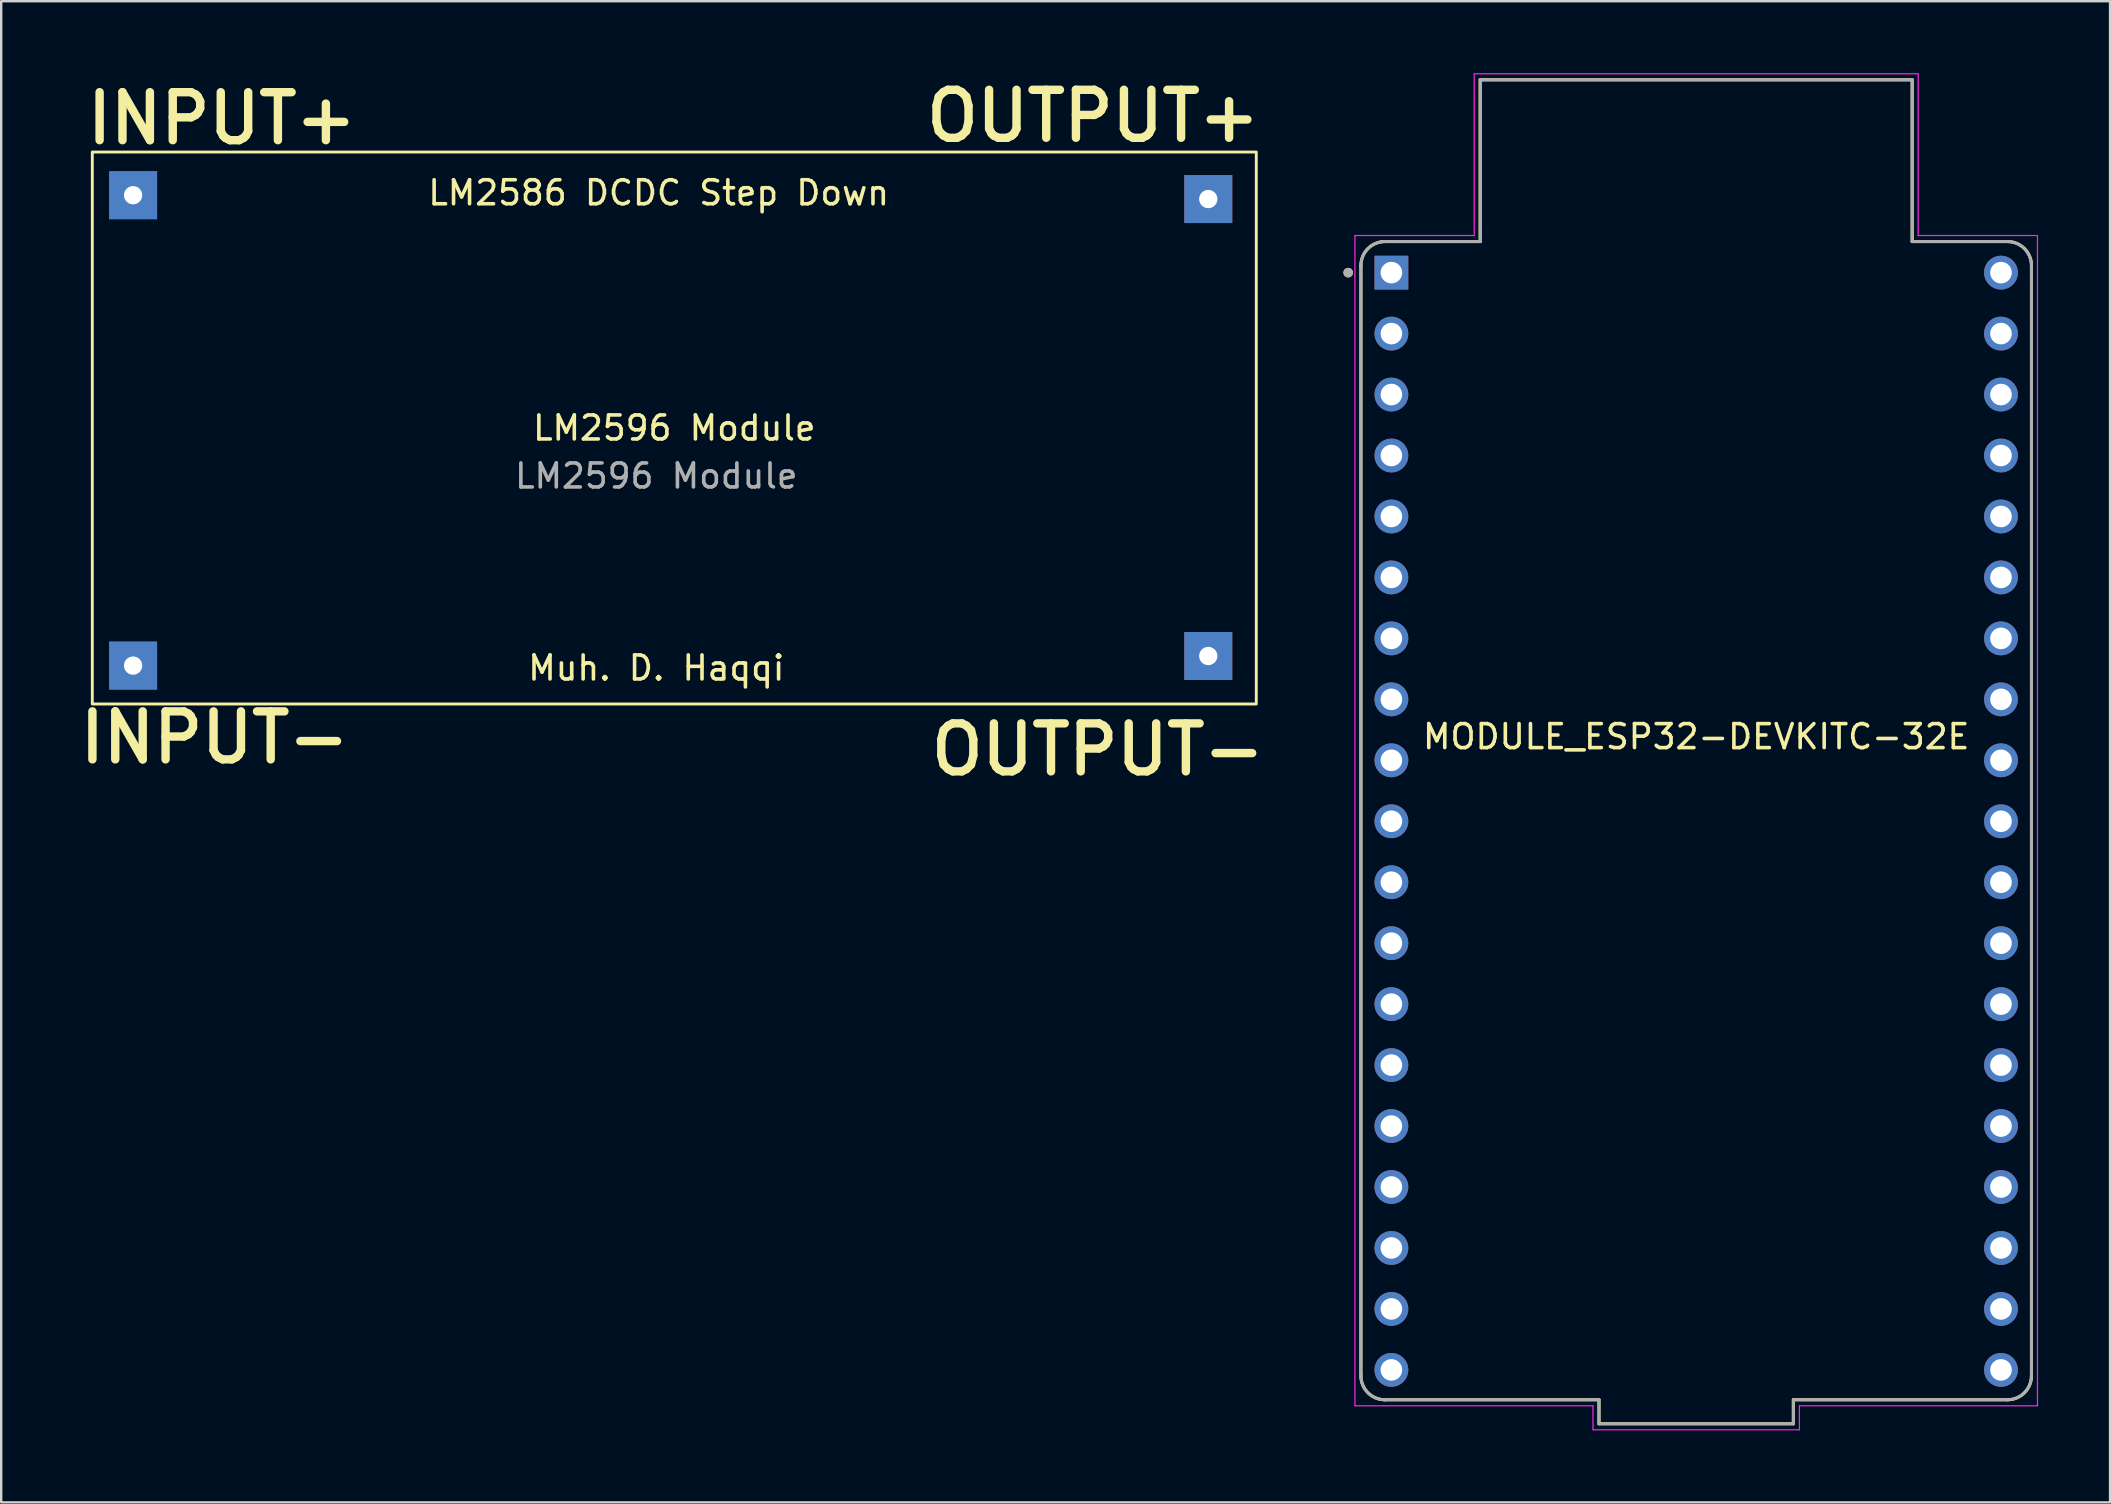
<source format=kicad_pcb>
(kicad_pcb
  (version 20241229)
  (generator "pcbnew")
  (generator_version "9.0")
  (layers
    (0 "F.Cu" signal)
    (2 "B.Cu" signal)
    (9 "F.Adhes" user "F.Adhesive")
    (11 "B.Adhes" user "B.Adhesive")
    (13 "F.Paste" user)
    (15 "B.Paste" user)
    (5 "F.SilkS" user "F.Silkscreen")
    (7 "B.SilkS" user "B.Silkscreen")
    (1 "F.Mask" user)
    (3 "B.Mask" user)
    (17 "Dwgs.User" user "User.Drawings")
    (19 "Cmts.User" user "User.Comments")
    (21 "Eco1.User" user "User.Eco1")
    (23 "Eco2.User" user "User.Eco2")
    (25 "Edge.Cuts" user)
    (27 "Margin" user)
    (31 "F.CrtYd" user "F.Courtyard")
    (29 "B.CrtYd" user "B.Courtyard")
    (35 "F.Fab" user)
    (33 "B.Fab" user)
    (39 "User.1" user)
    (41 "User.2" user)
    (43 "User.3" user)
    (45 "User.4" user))
  (footprint "MODULE_ESP32-DEVKITC-32E"
    (layer "F.Cu")
    (at 67.626 31.145)
    (property "Reference" "MODULE_ESP32-DEVKITC-32E" (at 0 -3.5 0) (layer "F.SilkS") (effects (font (size 1 1) (thickness 0.15))))
    (attr through_hole)
    (fp_line (start -13.97 23.13) (end -13.97 -23.13) (stroke (width 0.127) (type solid)) (layer "F.SilkS"))
    (fp_line (start -12.97 -24.13) (end -9 -24.13) (stroke (width 0.127) (type solid)) (layer "F.SilkS"))
    (fp_line (start -12.97 24.13) (end -4.05 24.13) (stroke (width 0.127) (type solid)) (layer "F.SilkS"))
    (fp_line (start -9 -30.87) (end 9 -30.87) (stroke (width 0.127) (type solid)) (layer "F.SilkS"))
    (fp_line (start -9 -24.13) (end -9 -30.87) (stroke (width 0.127) (type solid)) (layer "F.SilkS"))
    (fp_line (start -4.05 24.13) (end -4.05 25.13) (stroke (width 0.127) (type solid)) (layer "F.SilkS"))
    (fp_line (start -4.05 25.13) (end 4.05 25.13) (stroke (width 0.127) (type solid)) (layer "F.SilkS"))
    (fp_line (start 4.05 24.13) (end 12.97 24.13) (stroke (width 0.127) (type solid)) (layer "F.SilkS"))
    (fp_line (start 4.05 25.13) (end 4.05 24.13) (stroke (width 0.127) (type solid)) (layer "F.SilkS"))
    (fp_line (start 9 -30.87) (end 9 -24.13) (stroke (width 0.127) (type solid)) (layer "F.SilkS"))
    (fp_line (start 9 -24.13) (end 12.97 -24.13) (stroke (width 0.127) (type solid)) (layer "F.SilkS"))
    (fp_line (start 13.97 23.13) (end 13.97 -23.13) (stroke (width 0.127) (type solid)) (layer "F.SilkS"))
    (fp_arc (start -13.97 -23.13) (mid -13.677107 -23.837107) (end -12.97 -24.13) (stroke (width 0.127) (type solid)) (layer "F.SilkS"))
    (fp_arc (start -12.97 24.13) (mid -13.677107 23.837107) (end -13.97 23.13) (stroke (width 0.127) (type solid)) (layer "F.SilkS"))
    (fp_arc (start 12.97 -24.13) (mid 13.677107 -23.837107) (end 13.97 -23.13) (stroke (width 0.127) (type solid)) (layer "F.SilkS"))
    (fp_arc (start 13.97 23.13) (mid 13.677107 23.837107) (end 12.97 24.13) (stroke (width 0.127) (type solid)) (layer "F.SilkS"))
    (fp_circle (center -14.5 -22.835) (end -14.4 -22.835) (stroke (width 0.2) (type solid)) (fill no) (layer "F.SilkS"))
    (fp_line (start -14.22 -24.38) (end -14.22 24.38) (stroke (width 0.05) (type solid)) (layer "F.CrtYd"))
    (fp_line (start -14.22 24.38) (end -4.3 24.38) (stroke (width 0.05) (type solid)) (layer "F.CrtYd"))
    (fp_line (start -9.25 -31.12) (end -9.25 -24.38) (stroke (width 0.05) (type solid)) (layer "F.CrtYd"))
    (fp_line (start -9.25 -24.38) (end -14.22 -24.38) (stroke (width 0.05) (type solid)) (layer "F.CrtYd"))
    (fp_line (start -4.3 24.38) (end -4.3 25.38) (stroke (width 0.05) (type solid)) (layer "F.CrtYd"))
    (fp_line (start -4.3 25.38) (end 4.3 25.38) (stroke (width 0.05) (type solid)) (layer "F.CrtYd"))
    (fp_line (start 4.3 24.38) (end 14.22 24.38) (stroke (width 0.05) (type solid)) (layer "F.CrtYd"))
    (fp_line (start 4.3 25.38) (end 4.3 24.38) (stroke (width 0.05) (type solid)) (layer "F.CrtYd"))
    (fp_line (start 9.25 -31.12) (end -9.25 -31.12) (stroke (width 0.05) (type solid)) (layer "F.CrtYd"))
    (fp_line (start 9.25 -24.38) (end 9.25 -31.12) (stroke (width 0.05) (type solid)) (layer "F.CrtYd"))
    (fp_line (start 14.22 -24.38) (end 9.25 -24.38) (stroke (width 0.05) (type solid)) (layer "F.CrtYd"))
    (fp_line (start 14.22 24.38) (end 14.22 -24.38) (stroke (width 0.05) (type solid)) (layer "F.CrtYd"))
    (fp_line (start -13.97 23.13) (end -13.97 -23.13) (stroke (width 0.127) (type solid)) (layer "F.Fab"))
    (fp_line (start -12.97 -24.13) (end -9 -24.13) (stroke (width 0.127) (type solid)) (layer "F.Fab"))
    (fp_line (start -12.97 24.13) (end -4.05 24.13) (stroke (width 0.127) (type solid)) (layer "F.Fab"))
    (fp_line (start -9 -30.87) (end 9 -30.87) (stroke (width 0.127) (type solid)) (layer "F.Fab"))
    (fp_line (start -9 -24.13) (end -9 -30.87) (stroke (width 0.127) (type solid)) (layer "F.Fab"))
    (fp_line (start -4.05 24.13) (end -4.05 25.13) (stroke (width 0.127) (type solid)) (layer "F.Fab"))
    (fp_line (start -4.05 25.13) (end 4.05 25.13) (stroke (width 0.127) (type solid)) (layer "F.Fab"))
    (fp_line (start 4.05 24.13) (end 12.97 24.13) (stroke (width 0.127) (type solid)) (layer "F.Fab"))
    (fp_line (start 4.05 25.13) (end 4.05 24.13) (stroke (width 0.127) (type solid)) (layer "F.Fab"))
    (fp_line (start 9 -30.87) (end 9 -24.13) (stroke (width 0.127) (type solid)) (layer "F.Fab"))
    (fp_line (start 9 -24.13) (end 12.97 -24.13) (stroke (width 0.127) (type solid)) (layer "F.Fab"))
    (fp_line (start 13.97 23.13) (end 13.97 -23.13) (stroke (width 0.127) (type solid)) (layer "F.Fab"))
    (fp_arc (start -13.97 -23.13) (mid -13.677107 -23.837107) (end -12.97 -24.13) (stroke (width 0.127) (type solid)) (layer "F.Fab"))
    (fp_arc (start -12.97 24.13) (mid -13.677107 23.837107) (end -13.97 23.13) (stroke (width 0.127) (type solid)) (layer "F.Fab"))
    (fp_arc (start 12.97 -24.13) (mid 13.677107 -23.837107) (end 13.97 -23.13) (stroke (width 0.127) (type solid)) (layer "F.Fab"))
    (fp_arc (start 13.97 23.13) (mid 13.677107 23.837107) (end 12.97 24.13) (stroke (width 0.127) (type solid)) (layer "F.Fab"))
    (fp_circle (center -14.5 -22.835) (end -14.4 -22.835) (stroke (width 0.2) (type solid)) (fill no) (layer "F.Fab"))
    (pad "J2_1" thru_hole rect (at -12.7 -22.835) (size 1.408 1.408) (drill 0.9) (layers "*.Cu" "*.Mask"))
    (pad "J2_2" thru_hole circle (at -12.7 -20.295) (size 1.408 1.408) (drill 0.9) (layers "*.Cu" "*.Mask"))
    (pad "J2_3" thru_hole circle (at -12.7 -17.755) (size 1.408 1.408) (drill 0.9) (layers "*.Cu" "*.Mask"))
    (pad "J2_4" thru_hole circle (at -12.7 -15.215) (size 1.408 1.408) (drill 0.9) (layers "*.Cu" "*.Mask"))
    (pad "J2_5" thru_hole circle (at -12.7 -12.675) (size 1.408 1.408) (drill 0.9) (layers "*.Cu" "*.Mask"))
    (pad "J2_6" thru_hole circle (at -12.7 -10.135) (size 1.408 1.408) (drill 0.9) (layers "*.Cu" "*.Mask"))
    (pad "J2_7" thru_hole circle (at -12.7 -7.595) (size 1.408 1.408) (drill 0.9) (layers "*.Cu" "*.Mask"))
    (pad "J2_8" thru_hole circle (at -12.7 -5.055) (size 1.408 1.408) (drill 0.9) (layers "*.Cu" "*.Mask"))
    (pad "J2_9" thru_hole circle (at -12.7 -2.515) (size 1.408 1.408) (drill 0.9) (layers "*.Cu" "*.Mask"))
    (pad "J2_10" thru_hole circle (at -12.7 0.025) (size 1.408 1.408) (drill 0.9) (layers "*.Cu" "*.Mask"))
    (pad "J2_11" thru_hole circle (at -12.7 2.565) (size 1.408 1.408) (drill 0.9) (layers "*.Cu" "*.Mask"))
    (pad "J2_12" thru_hole circle (at -12.7 5.105) (size 1.408 1.408) (drill 0.9) (layers "*.Cu" "*.Mask"))
    (pad "J2_13" thru_hole circle (at -12.7 7.645) (size 1.408 1.408) (drill 0.9) (layers "*.Cu" "*.Mask"))
    (pad "J2_14" thru_hole circle (at -12.7 10.185) (size 1.408 1.408) (drill 0.9) (layers "*.Cu" "*.Mask"))
    (pad "J2_15" thru_hole circle (at -12.7 12.725) (size 1.408 1.408) (drill 0.9) (layers "*.Cu" "*.Mask"))
    (pad "J2_16" thru_hole circle (at -12.7 15.265) (size 1.408 1.408) (drill 0.9) (layers "*.Cu" "*.Mask"))
    (pad "J2_17" thru_hole circle (at -12.7 17.805) (size 1.408 1.408) (drill 0.9) (layers "*.Cu" "*.Mask"))
    (pad "J2_18" thru_hole circle (at -12.7 20.345) (size 1.408 1.408) (drill 0.9) (layers "*.Cu" "*.Mask"))
    (pad "J2_19" thru_hole circle (at -12.7 22.885) (size 1.408 1.408) (drill 0.9) (layers "*.Cu" "*.Mask"))
    (pad "J3_1" thru_hole circle (at 12.7 -22.835) (size 1.408 1.408) (drill 0.9) (layers "*.Cu" "*.Mask"))
    (pad "J3_2" thru_hole circle (at 12.7 -20.295) (size 1.408 1.408) (drill 0.9) (layers "*.Cu" "*.Mask"))
    (pad "J3_3" thru_hole circle (at 12.7 -17.755) (size 1.408 1.408) (drill 0.9) (layers "*.Cu" "*.Mask"))
    (pad "J3_4" thru_hole circle (at 12.7 -15.215) (size 1.408 1.408) (drill 0.9) (layers "*.Cu" "*.Mask"))
    (pad "J3_5" thru_hole circle (at 12.7 -12.675) (size 1.408 1.408) (drill 0.9) (layers "*.Cu" "*.Mask"))
    (pad "J3_6" thru_hole circle (at 12.7 -10.135) (size 1.408 1.408) (drill 0.9) (layers "*.Cu" "*.Mask"))
    (pad "J3_7" thru_hole circle (at 12.7 -7.595) (size 1.408 1.408) (drill 0.9) (layers "*.Cu" "*.Mask"))
    (pad "J3_8" thru_hole circle (at 12.7 -5.055) (size 1.408 1.408) (drill 0.9) (layers "*.Cu" "*.Mask"))
    (pad "J3_9" thru_hole circle (at 12.7 -2.515) (size 1.408 1.408) (drill 0.9) (layers "*.Cu" "*.Mask"))
    (pad "J3_10" thru_hole circle (at 12.7 0.025) (size 1.408 1.408) (drill 0.9) (layers "*.Cu" "*.Mask"))
    (pad "J3_11" thru_hole circle (at 12.7 2.565) (size 1.408 1.408) (drill 0.9) (layers "*.Cu" "*.Mask"))
    (pad "J3_12" thru_hole circle (at 12.7 5.105) (size 1.408 1.408) (drill 0.9) (layers "*.Cu" "*.Mask"))
    (pad "J3_13" thru_hole circle (at 12.7 7.645) (size 1.408 1.408) (drill 0.9) (layers "*.Cu" "*.Mask"))
    (pad "J3_14" thru_hole circle (at 12.7 10.185) (size 1.408 1.408) (drill 0.9) (layers "*.Cu" "*.Mask"))
    (pad "J3_15" thru_hole circle (at 12.7 12.725) (size 1.408 1.408) (drill 0.9) (layers "*.Cu" "*.Mask"))
    (pad "J3_16" thru_hole circle (at 12.7 15.265) (size 1.408 1.408) (drill 0.9) (layers "*.Cu" "*.Mask"))
    (pad "J3_17" thru_hole circle (at 12.7 17.805) (size 1.408 1.408) (drill 0.9) (layers "*.Cu" "*.Mask"))
    (pad "J3_18" thru_hole circle (at 12.7 20.345) (size 1.408 1.408) (drill 0.9) (layers "*.Cu" "*.Mask"))
    (pad "J3_19" thru_hole circle (at 12.7 22.885) (size 1.408 1.408) (drill 0.9) (layers "*.Cu" "*.Mask")))
  (footprint "LM2596 Module"
    (layer "F.Cu")
    (at 0.796 3.284)
    (property "Reference" "LM2596 Module" (at 24.25 11.5 0) (unlocked yes) (layer "F.SilkS") (effects (font (size 1 1) (thickness 0.15))))
    (attr through_hole)
    (fp_line (start 1.7 2) (end 1.7 1.8) (stroke (width 0.12) (type solid)) (layer "F.SilkS"))
    (fp_rect (start 48.5 0) (end 0 23) (stroke (width 0.12) (type solid)) (fill no) (layer "F.SilkS"))
    (fp_text user "OUTPUT+" (at 41.7 -1.5 0) (unlocked yes) (layer "F.SilkS") (effects (font (size 2 2) (thickness 0.35))))
    (fp_text user "INPUT+" (at 5.4 -1.4 0) (unlocked yes) (layer "F.SilkS") (effects (font (size 2 2) (thickness 0.35))))
    (fp_text user "OUTPUT-" (at 41.9 24.9 0) (unlocked yes) (layer "F.SilkS") (effects (font (size 2 2) (thickness 0.35))))
    (fp_text user "INPUT-" (at 5.1 24.4 0) (unlocked yes) (layer "F.SilkS") (effects (font (size 2 2) (thickness 0.35))))
    (fp_text user "Muh. D. Haqqi" (at 23.5 21.5 0) (unlocked yes) (layer "F.SilkS") (effects (font (size 1 1) (thickness 0.15))))
    (fp_text user "LM2586 DCDC Step Down" (at 23.6 1.7 0) (unlocked yes) (layer "F.SilkS") (effects (font (size 1 1) (thickness 0.15))))
    (fp_text user "${REFERENCE}" (at 23.5 13.5 0) (unlocked yes) (layer "F.Fab") (effects (font (size 1 1) (thickness 0.15))))
    (pad "1" thru_hole rect (at 46.5 1.96) (size 2 2) (drill 0.762) (layers "*.Cu" "*.Mask"))
    (pad "2" thru_hole rect (at 46.5 21) (size 2 2) (drill 0.762) (layers "*.Cu" "*.Mask"))
    (pad "3" thru_hole rect (at 1.7 1.8) (size 2 2) (drill 0.762) (layers "*.Cu" "*.Mask"))
    (pad "4" thru_hole rect (at 1.7 21.4) (size 2 2) (drill 0.762) (layers "*.Cu" "*.Mask")))
  (gr_rect
    (start -3 -3)
    (end 84.871 59.55)
    (stroke (width 0.1) (type default))
    (fill no)
    (layer "Edge.Cuts")))
</source>
